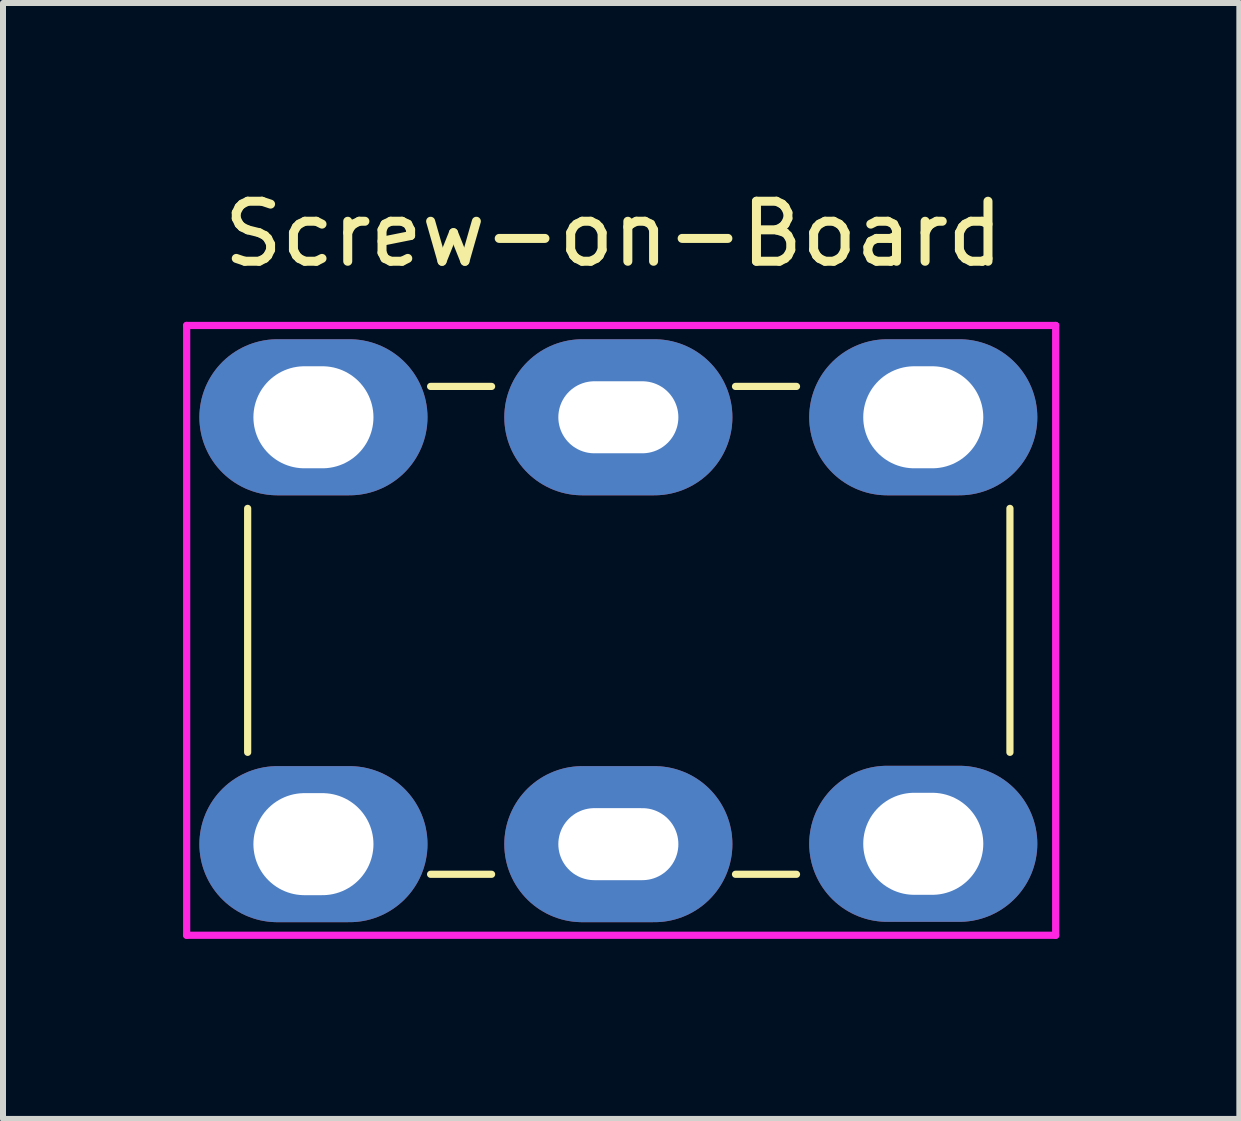
<source format=kicad_pcb>
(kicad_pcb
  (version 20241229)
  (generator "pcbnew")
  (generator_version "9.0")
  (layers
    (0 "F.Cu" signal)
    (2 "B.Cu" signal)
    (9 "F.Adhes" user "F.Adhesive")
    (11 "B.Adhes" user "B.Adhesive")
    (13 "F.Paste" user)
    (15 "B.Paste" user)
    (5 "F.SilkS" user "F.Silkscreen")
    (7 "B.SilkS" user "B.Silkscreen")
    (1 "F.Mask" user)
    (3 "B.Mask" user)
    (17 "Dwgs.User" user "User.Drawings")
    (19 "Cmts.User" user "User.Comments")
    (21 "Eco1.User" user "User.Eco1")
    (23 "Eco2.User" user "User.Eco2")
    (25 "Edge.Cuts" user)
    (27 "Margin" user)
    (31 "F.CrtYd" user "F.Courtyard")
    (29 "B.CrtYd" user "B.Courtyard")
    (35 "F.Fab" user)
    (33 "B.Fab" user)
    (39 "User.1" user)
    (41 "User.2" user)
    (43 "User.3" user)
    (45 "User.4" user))
  (footprint "Screw-on-Board"
    (layer "F.Cu")
    (at 7.172 7.452)
    (property "Reference" "Screw-on-Board" (at 0 -6.604 0) (layer "F.SilkS") (effects (font (size 1 1) (thickness 0.15))))
    (attr through_hole)
    (fp_line (start -6.096 -2.032) (end -6.096 2.032) (stroke (width 0.12) (type solid)) (layer "F.SilkS"))
    (fp_line (start -3.048 -4.064) (end -2.032 -4.064) (stroke (width 0.12) (type solid)) (layer "F.SilkS"))
    (fp_line (start -3.048 4.064) (end -2.032 4.064) (stroke (width 0.12) (type solid)) (layer "F.SilkS"))
    (fp_line (start 2.032 -4.064) (end 3.048 -4.064) (stroke (width 0.12) (type solid)) (layer "F.SilkS"))
    (fp_line (start 2.032 4.064) (end 3.048 4.064) (stroke (width 0.12) (type solid)) (layer "F.SilkS"))
    (fp_line (start 6.604 -2.032) (end 6.604 2.032) (stroke (width 0.12) (type solid)) (layer "F.SilkS"))
    (fp_line (start -7.112 -5.08) (end -7.112 5.08) (stroke (width 0.12) (type solid)) (layer "F.CrtYd"))
    (fp_line (start -7.112 5.08) (end 7.366 5.08) (stroke (width 0.12) (type solid)) (layer "F.CrtYd"))
    (fp_line (start 7.366 -5.08) (end -7.112 -5.08) (stroke (width 0.12) (type solid)) (layer "F.CrtYd"))
    (fp_line (start 7.366 5.08) (end 7.366 -5.08) (stroke (width 0.12) (type solid)) (layer "F.CrtYd"))
    (pad "1" thru_hole oval (at -5 -3.55) (size 3.8 2.6) (drill oval 2 1.7) (layers "*.Cu" "*.Mask"))
    (pad "1" thru_hole oval (at -5 3.562) (size 3.8 2.6) (drill oval 2 1.7) (layers "*.Cu" "*.Mask"))
    (pad "1" thru_hole oval (at 0.08 -3.55) (size 3.8 2.6) (drill oval 2 1.2) (layers "*.Cu" "*.Mask"))
    (pad "1" thru_hole oval (at 0.08 3.562) (size 3.8 2.6) (drill oval 2 1.2) (layers "*.Cu" "*.Mask"))
    (pad "1" thru_hole oval (at 5.16 -3.55) (size 3.8 2.6) (drill oval 2 1.7) (layers "*.Cu" "*.Mask"))
    (pad "1" thru_hole oval (at 5.16 3.556) (size 3.8 2.6) (drill oval 2 1.7) (layers "*.Cu" "*.Mask")))
  (gr_rect
    (start -3 -3)
    (end 17.598 15.592)
    (stroke (width 0.1) (type default))
    (fill no)
    (layer "Edge.Cuts")))
</source>
